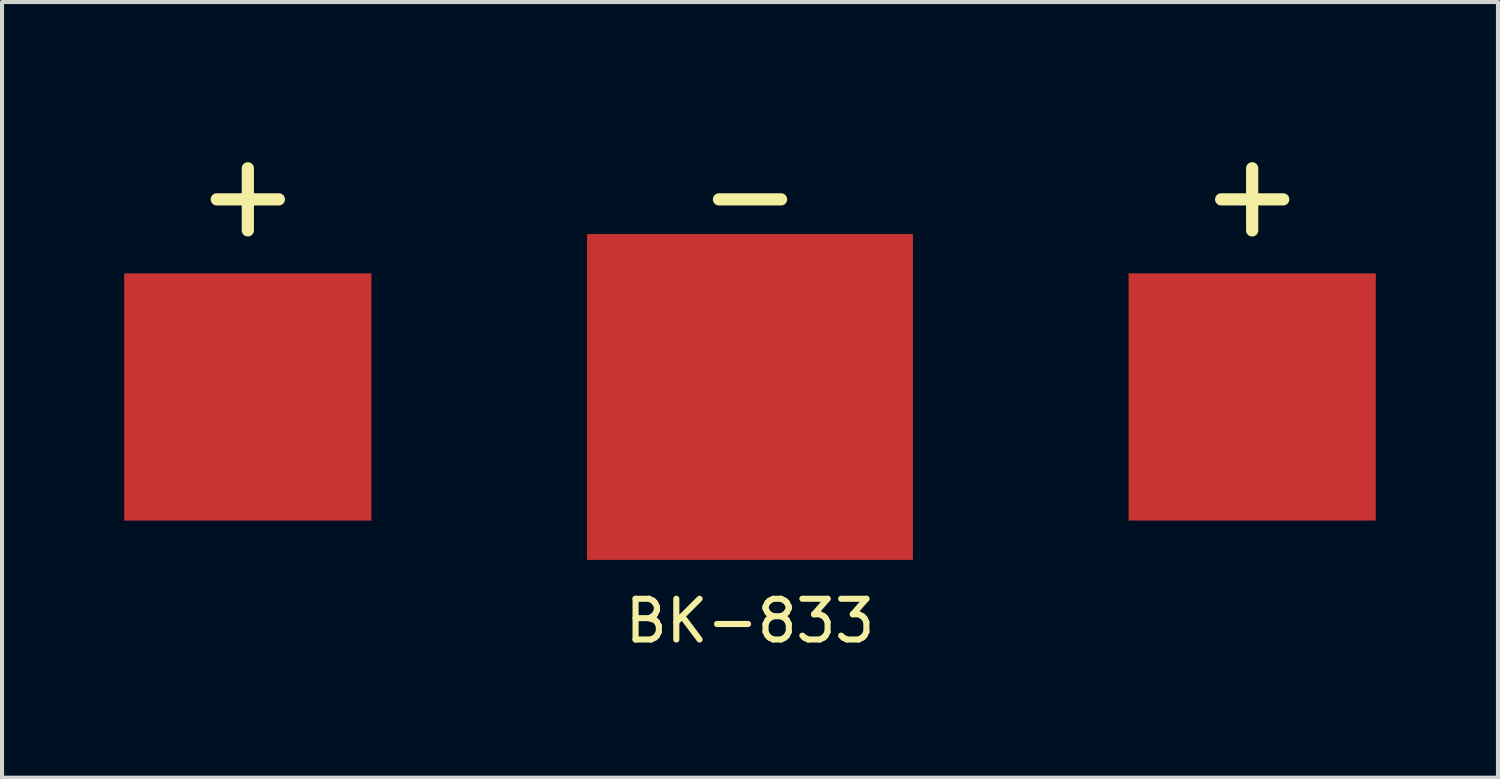
<source format=kicad_pcb>
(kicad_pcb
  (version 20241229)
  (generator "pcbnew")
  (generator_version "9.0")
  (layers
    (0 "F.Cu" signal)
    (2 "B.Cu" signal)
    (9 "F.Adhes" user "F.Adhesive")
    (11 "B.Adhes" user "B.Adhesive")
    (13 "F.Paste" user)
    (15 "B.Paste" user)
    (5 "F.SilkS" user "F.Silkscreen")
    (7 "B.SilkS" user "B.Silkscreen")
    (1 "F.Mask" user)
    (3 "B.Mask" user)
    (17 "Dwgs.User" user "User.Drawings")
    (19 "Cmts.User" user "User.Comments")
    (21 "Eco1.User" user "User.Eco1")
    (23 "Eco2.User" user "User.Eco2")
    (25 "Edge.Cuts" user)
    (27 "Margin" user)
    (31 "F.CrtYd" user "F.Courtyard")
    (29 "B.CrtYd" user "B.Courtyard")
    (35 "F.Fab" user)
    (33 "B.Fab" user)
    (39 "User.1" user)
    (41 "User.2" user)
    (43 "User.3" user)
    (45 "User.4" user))
  (footprint "BK-833"
    (layer "F.Cu")
    (at 15.365 6.697)
    (property "Reference" "BK-833" (at 0 5.5 0) (layer "F.SilkS") (effects (font (size 1 1) (thickness 0.15))))
    (attr through_hole)
    (fp_text user "+" (at -12.33 -5 0) (layer "F.SilkS") (effects (font (size 2 2) (thickness 0.3))))
    (fp_text user "+" (at 12.33 -5 0) (layer "F.SilkS") (effects (font (size 2 2) (thickness 0.3))))
    (fp_text user "-" (at 0 -5 0) (layer "F.SilkS") (effects (font (size 2 2) (thickness 0.3))))
    (pad "1" smd rect (at -12.33 0) (size 6.07 6.07) (layers "F.Cu" "F.Mask" "F.Paste"))
    (pad "1" smd rect (at 12.33 0) (size 6.07 6.07) (layers "F.Cu" "F.Mask" "F.Paste"))
    (pad "2" smd rect (at 0 0) (size 8 8) (layers "F.Cu" "F.Mask" "F.Paste")))
  (gr_rect
    (start -3 -3)
    (end 33.73 16.045)
    (stroke (width 0.1) (type default))
    (fill no)
    (layer "Edge.Cuts")))
</source>
